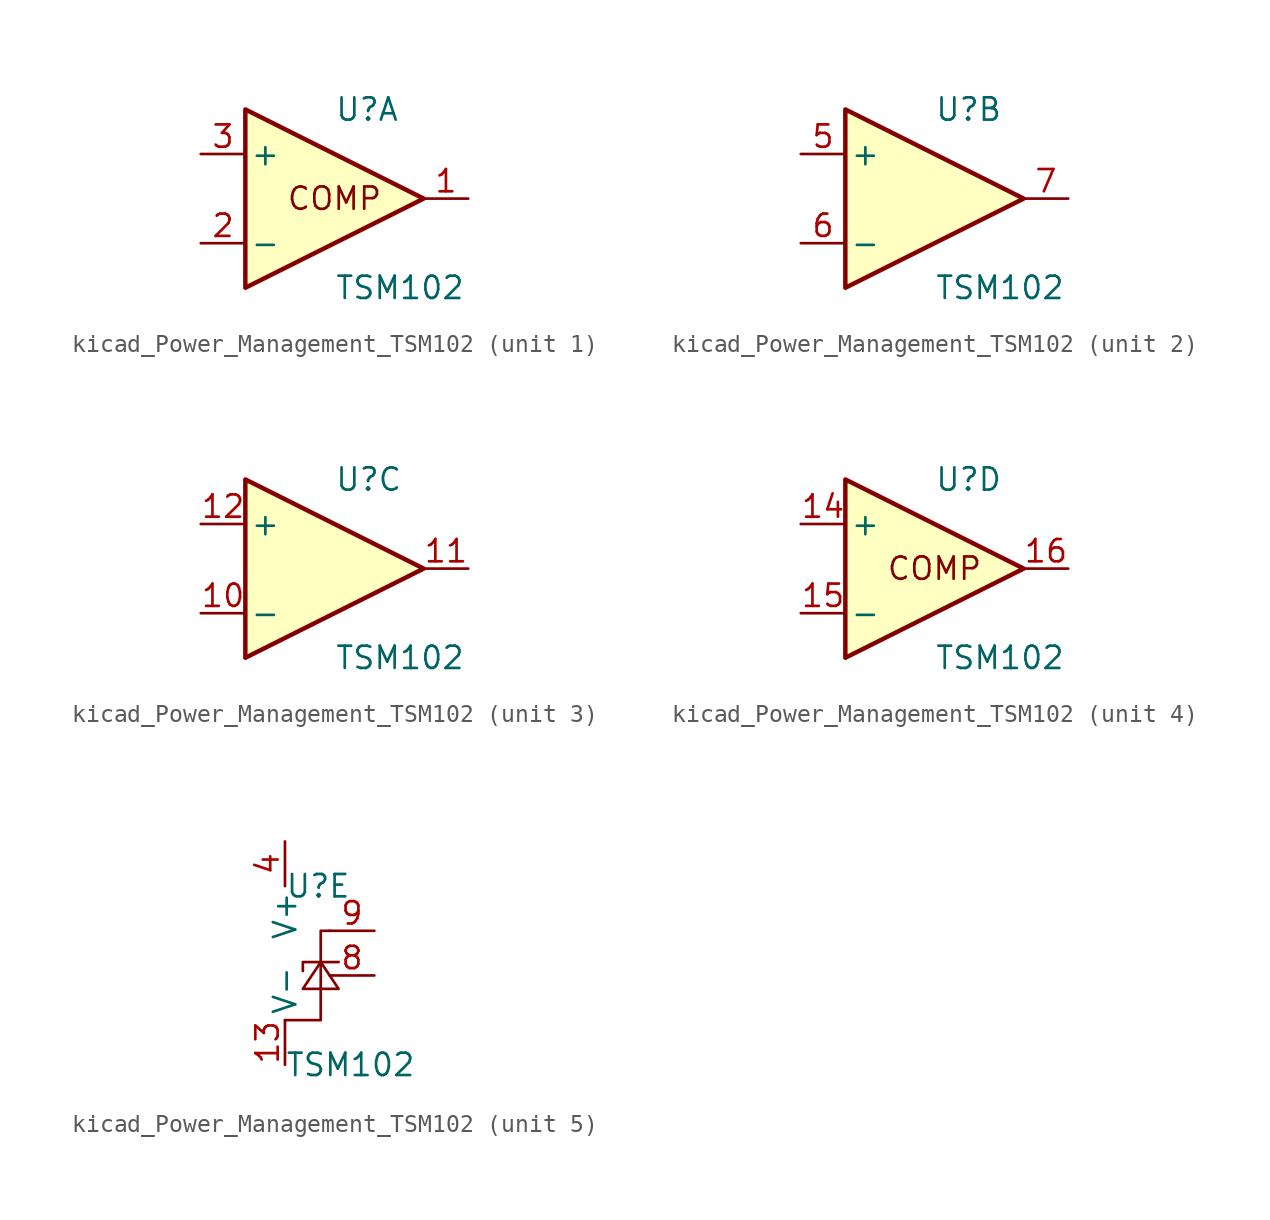
<source format=kicad_sym>
(kicad_symbol_lib
  (version 20220914)
  (generator kicad_symbol_editor)
  (symbol "kicad_Power_Management_TSM102"
    (pin_names
      (offset 0.254))
    (property "Reference" "U"
      (at 0 5.08 0)
      (effects (font (size 1.27 1.27)) (justify left)))
    (property "Value" "TSM102"
      (at 0 -5.08 0)
      (effects (font (size 1.27 1.27)) (justify left)))
    (symbol "kicad_Power_Management_TSM102_1_0"
      (text "COMP" (at 0 0 0) (effects (font (size 1.27 1.27)))))
    (symbol "kicad_Power_Management_TSM102_1_1"
      (polyline (pts (xy -5.08 5.08) (xy 5.08 0) (xy -5.08 -5.08) (xy -5.08 5.08)) (stroke (width 0.254) (type default)) (fill (type background)))
      (pin output line (at 7.62 0 180) (length 2.54) (name "~" (effects (font (size 1.27 1.27)))) (number "1" (effects (font (size 1.27 1.27)))))
      (pin input line (at -7.62 -2.54 0) (length 2.54) (name "-" (effects (font (size 1.27 1.27)))) (number "2" (effects (font (size 1.27 1.27)))))
      (pin input line (at -7.62 2.54 0) (length 2.54) (name "+" (effects (font (size 1.27 1.27)))) (number "3" (effects (font (size 1.27 1.27))))))
    (symbol "kicad_Power_Management_TSM102_2_1"
      (polyline (pts (xy -5.08 5.08) (xy 5.08 0) (xy -5.08 -5.08) (xy -5.08 5.08)) (stroke (width 0.254) (type default)) (fill (type background)))
      (pin input line (at -7.62 2.54 0) (length 2.54) (name "+" (effects (font (size 1.27 1.27)))) (number "5" (effects (font (size 1.27 1.27)))))
      (pin input line (at -7.62 -2.54 0) (length 2.54) (name "-" (effects (font (size 1.27 1.27)))) (number "6" (effects (font (size 1.27 1.27)))))
      (pin output line (at 7.62 0 180) (length 2.54) (name "~" (effects (font (size 1.27 1.27)))) (number "7" (effects (font (size 1.27 1.27))))))
    (symbol "kicad_Power_Management_TSM102_3_1"
      (polyline (pts (xy -5.08 5.08) (xy 5.08 0) (xy -5.08 -5.08) (xy -5.08 5.08)) (stroke (width 0.254) (type default)) (fill (type background)))
      (pin input line (at -7.62 -2.54 0) (length 2.54) (name "-" (effects (font (size 1.27 1.27)))) (number "10" (effects (font (size 1.27 1.27)))))
      (pin output line (at 7.62 0 180) (length 2.54) (name "~" (effects (font (size 1.27 1.27)))) (number "11" (effects (font (size 1.27 1.27)))))
      (pin input line (at -7.62 2.54 0) (length 2.54) (name "+" (effects (font (size 1.27 1.27)))) (number "12" (effects (font (size 1.27 1.27))))))
    (symbol "kicad_Power_Management_TSM102_4_0"
      (text "COMP" (at 0 0 0) (effects (font (size 1.27 1.27)))))
    (symbol "kicad_Power_Management_TSM102_4_1"
      (polyline (pts (xy -5.08 5.08) (xy 5.08 0) (xy -5.08 -5.08) (xy -5.08 5.08)) (stroke (width 0.254) (type default)) (fill (type background)))
      (pin input line (at -7.62 2.54 0) (length 2.54) (name "+" (effects (font (size 1.27 1.27)))) (number "14" (effects (font (size 1.27 1.27)))))
      (pin input line (at -7.62 -2.54 0) (length 2.54) (name "-" (effects (font (size 1.27 1.27)))) (number "15" (effects (font (size 1.27 1.27)))))
      (pin output line (at 7.62 0 180) (length 2.54) (name "~" (effects (font (size 1.27 1.27)))) (number "16" (effects (font (size 1.27 1.27))))))
    (symbol "kicad_Power_Management_TSM102_5_1"
      (polyline (pts (xy 1.016 0.254) (xy 1.016 0.762) (xy 3.048 0.762)) (stroke (width 0) (type default)) (fill (type none)))
      (polyline (pts (xy 0 -2.54) (xy 2.032 -2.54) (xy 2.032 2.54) (xy 2.54 2.54)) (stroke (width 0) (type default)) (fill (type none)))
      (polyline (pts (xy 1.016 -0.762) (xy 2.032 0.762) (xy 3.048 -0.762) (xy 1.016 -0.762)) (stroke (width 0) (type default)) (fill (type none)))
      (pin power_in line (at 0 -5.08 90) (length 2.54) (name "V-" (effects (font (size 1.27 1.27)))) (number "13" (effects (font (size 1.27 1.27)))))
      (pin power_in line (at 0 7.62 270) (length 2.54) (name "V+" (effects (font (size 1.27 1.27)))) (number "4" (effects (font (size 1.27 1.27)))))
      (pin passive line (at 5.08 0 180) (length 2.54) (name "~" (effects (font (size 1.27 1.27)))) (number "8" (effects (font (size 1.27 1.27)))))
      (pin passive line (at 5.08 2.54 180) (length 2.54) (name "~" (effects (font (size 1.27 1.27)))) (number "9" (effects (font (size 1.27 1.27))))))))
</source>
